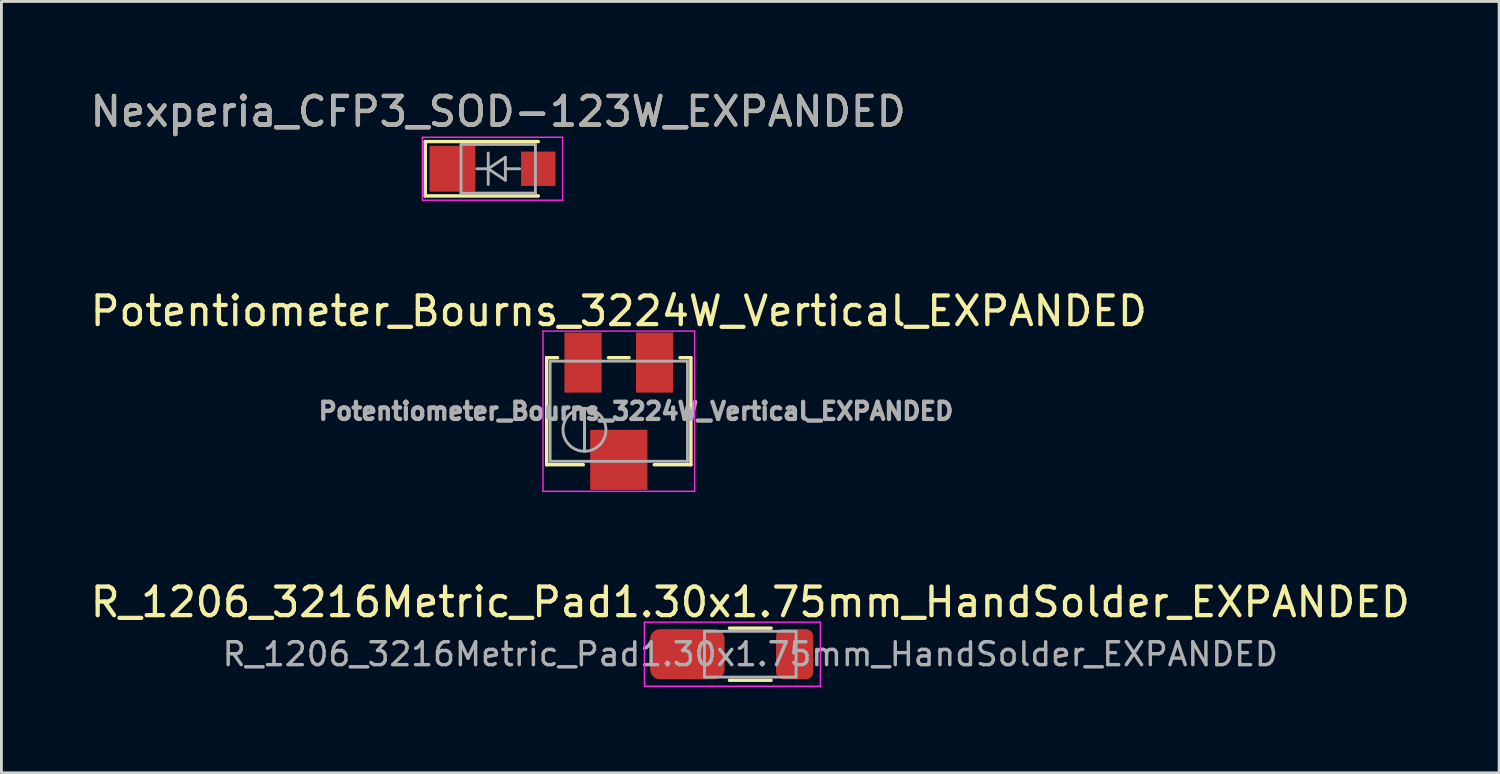
<source format=kicad_pcb>
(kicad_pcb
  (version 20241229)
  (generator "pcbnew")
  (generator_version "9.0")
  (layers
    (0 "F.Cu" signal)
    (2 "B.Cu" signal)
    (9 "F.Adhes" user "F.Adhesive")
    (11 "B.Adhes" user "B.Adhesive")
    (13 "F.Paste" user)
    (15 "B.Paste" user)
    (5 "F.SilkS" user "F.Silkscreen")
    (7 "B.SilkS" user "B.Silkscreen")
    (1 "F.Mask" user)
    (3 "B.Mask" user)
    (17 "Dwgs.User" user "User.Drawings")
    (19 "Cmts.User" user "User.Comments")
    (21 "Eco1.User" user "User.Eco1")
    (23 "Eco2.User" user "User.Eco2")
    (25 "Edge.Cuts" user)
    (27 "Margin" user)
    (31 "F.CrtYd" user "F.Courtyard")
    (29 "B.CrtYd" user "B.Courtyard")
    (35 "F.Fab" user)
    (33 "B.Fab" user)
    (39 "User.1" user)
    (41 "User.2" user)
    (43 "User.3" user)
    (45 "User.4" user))
  (footprint "R_1206_3216Metric_Pad1.30x1.75mm_HandSolder_EXPANDED"
    (layer "F.Cu")
    (at 23.173 19.815)
    (property "Reference" "R_1206_3216Metric_Pad1.30x1.75mm_HandSolder_EXPANDED" (at 0 -1.82 0) (layer "F.SilkS") (effects (font (size 1 1) (thickness 0.15))))
    (attr smd)
    (fp_line (start -0.727 -0.91) (end 0.727 -0.91) (stroke (width 0.12) (type solid)) (layer "F.SilkS"))
    (fp_line (start -0.727 0.91) (end 0.727 0.91) (stroke (width 0.12) (type solid)) (layer "F.SilkS"))
    (fp_line (start -3.7 -1.12) (end 2.45 -1.12) (stroke (width 0.05) (type solid)) (layer "F.CrtYd"))
    (fp_line (start -3.7 1.12) (end -3.7 -1.12) (stroke (width 0.05) (type solid)) (layer "F.CrtYd"))
    (fp_line (start 2.45 -1.12) (end 2.45 1.12) (stroke (width 0.05) (type solid)) (layer "F.CrtYd"))
    (fp_line (start 2.45 1.12) (end -3.7 1.12) (stroke (width 0.05) (type solid)) (layer "F.CrtYd"))
    (fp_line (start -1.6 -0.8) (end 1.6 -0.8) (stroke (width 0.1) (type solid)) (layer "F.Fab"))
    (fp_line (start -1.6 0.8) (end -1.6 -0.8) (stroke (width 0.1) (type solid)) (layer "F.Fab"))
    (fp_line (start 1.6 -0.8) (end 1.6 0.8) (stroke (width 0.1) (type solid)) (layer "F.Fab"))
    (fp_line (start 1.6 0.8) (end -1.6 0.8) (stroke (width 0.1) (type solid)) (layer "F.Fab"))
    (fp_text user "${REFERENCE}" (at 0 0 0) (layer "F.Fab") (effects (font (size 0.8 0.8) (thickness 0.12))))
    (pad "1" smd roundrect (at -2.2 0) (size 2.6 1.75) (layers "F.Cu" "F.Mask" "F.Paste") (roundrect_rratio 0.192))
    (pad "2" smd roundrect (at 1.55 0) (size 1.3 1.75) (layers "F.Cu" "F.Mask" "F.Paste") (roundrect_rratio 0.192)))
  (footprint "Potentiometer_Bourns_3224W_Vertical_EXPANDED"
    (layer "F.Cu")
    (at 18.577 11.322)
    (property "Reference" "Potentiometer_Bourns_3224W_Vertical_EXPANDED" (at 0 -3.5 0) (layer "F.SilkS") (effects (font (size 1 1) (thickness 0.15))))
    (attr smd)
    (fp_line (start -2.52 -1.87) (end -2.52 1.87) (stroke (width 0.12) (type solid)) (layer "F.SilkS"))
    (fp_line (start -2.52 -1.87) (end -2.14 -1.87) (stroke (width 0.12) (type solid)) (layer "F.SilkS"))
    (fp_line (start -2.52 1.87) (end -1.24 1.87) (stroke (width 0.12) (type solid)) (layer "F.SilkS"))
    (fp_line (start -0.36 -1.87) (end 0.36 -1.87) (stroke (width 0.12) (type solid)) (layer "F.SilkS"))
    (fp_line (start 1.24 1.87) (end 2.52 1.87) (stroke (width 0.12) (type solid)) (layer "F.SilkS"))
    (fp_line (start 2.14 -1.87) (end 2.52 -1.87) (stroke (width 0.12) (type solid)) (layer "F.SilkS"))
    (fp_line (start 2.52 -1.87) (end 2.52 1.87) (stroke (width 0.12) (type solid)) (layer "F.SilkS"))
    (fp_line (start -2.65 -2.8) (end -2.65 2.8) (stroke (width 0.05) (type solid)) (layer "F.CrtYd"))
    (fp_line (start -2.65 2.8) (end 2.65 2.8) (stroke (width 0.05) (type solid)) (layer "F.CrtYd"))
    (fp_line (start 2.65 -2.8) (end -2.65 -2.8) (stroke (width 0.05) (type solid)) (layer "F.CrtYd"))
    (fp_line (start 2.65 2.8) (end 2.65 -2.8) (stroke (width 0.05) (type solid)) (layer "F.CrtYd"))
    (fp_line (start -2.4 -1.75) (end -2.4 1.75) (stroke (width 0.1) (type solid)) (layer "F.Fab"))
    (fp_line (start -2.4 1.75) (end 2.4 1.75) (stroke (width 0.1) (type solid)) (layer "F.Fab"))
    (fp_line (start -1.2 1.393) (end -1.199 -0.092) (stroke (width 0.1) (type solid)) (layer "F.Fab"))
    (fp_line (start -1.2 1.393) (end -1.199 -0.092) (stroke (width 0.1) (type solid)) (layer "F.Fab"))
    (fp_line (start 2.4 -1.75) (end -2.4 -1.75) (stroke (width 0.1) (type solid)) (layer "F.Fab"))
    (fp_line (start 2.4 1.75) (end 2.4 -1.75) (stroke (width 0.1) (type solid)) (layer "F.Fab"))
    (fp_circle (center -1.2 0.65) (end -0.45 0.65) (stroke (width 0.1) (type solid)) (fill no) (layer "F.Fab"))
    (fp_text user "${REFERENCE}" (at 0.6 0 0) (layer "F.Fab") (effects (font (size 0.6 0.6) (thickness 0.15))))
    (pad "1" smd rect (at 1.25 -1.7) (size 1.3 2.1) (layers "F.Cu" "F.Mask" "F.Paste"))
    (pad "2" smd rect (at 0 1.7) (size 2 2.1) (layers "F.Cu" "F.Mask" "F.Paste"))
    (pad "3" smd rect (at -1.25 -1.7) (size 1.3 2.1) (layers "F.Cu" "F.Mask" "F.Paste")))
  (footprint "Nexperia_CFP3_SOD-123W_EXPANDED"
    (layer "F.Cu")
    (at 14.363 2.848)
    (property "Reference" "Nexperia_CFP3_SOD-123W_EXPANDED" (at 0 -2 0) (layer "F.SilkS") (effects (font (size 1 1) (thickness 0.15))))
    (attr smd)
    (fp_line (start -2.55 -0.95) (end -2.55 0.95) (stroke (width 0.12) (type solid)) (layer "F.SilkS"))
    (fp_line (start -2.55 -0.95) (end 1.4 -0.95) (stroke (width 0.12) (type solid)) (layer "F.SilkS"))
    (fp_line (start -2.55 0.95) (end 1.4 0.95) (stroke (width 0.12) (type solid)) (layer "F.SilkS"))
    (fp_line (start -2.65 -1.1) (end -2.65 1.1) (stroke (width 0.05) (type solid)) (layer "F.CrtYd"))
    (fp_line (start -2.65 -1.1) (end 2.25 -1.1) (stroke (width 0.05) (type solid)) (layer "F.CrtYd"))
    (fp_line (start 2.25 -1.1) (end 2.25 1.1) (stroke (width 0.05) (type solid)) (layer "F.CrtYd"))
    (fp_line (start 2.25 1.1) (end -2.65 1.1) (stroke (width 0.05) (type solid)) (layer "F.CrtYd"))
    (fp_line (start -1.3 -0.85) (end 1.3 -0.85) (stroke (width 0.1) (type solid)) (layer "F.Fab"))
    (fp_line (start -1.3 0.85) (end -1.3 -0.85) (stroke (width 0.1) (type solid)) (layer "F.Fab"))
    (fp_line (start -0.75 0) (end -0.35 0) (stroke (width 0.1) (type solid)) (layer "F.Fab"))
    (fp_line (start -0.35 -0.55) (end -0.35 0.55) (stroke (width 0.1) (type solid)) (layer "F.Fab"))
    (fp_line (start -0.35 0) (end 0.25 -0.4) (stroke (width 0.1) (type solid)) (layer "F.Fab"))
    (fp_line (start -0.35 0) (end 0.25 0.4) (stroke (width 0.1) (type solid)) (layer "F.Fab"))
    (fp_line (start 0.25 -0.4) (end 0.25 0.4) (stroke (width 0.1) (type solid)) (layer "F.Fab"))
    (fp_line (start 0.75 0) (end 0.25 0) (stroke (width 0.1) (type solid)) (layer "F.Fab"))
    (fp_line (start 1.3 -0.85) (end 1.3 0.85) (stroke (width 0.1) (type solid)) (layer "F.Fab"))
    (fp_line (start 1.3 0.85) (end -1.3 0.85) (stroke (width 0.1) (type solid)) (layer "F.Fab"))
    (fp_text user "${REFERENCE}" (at 0 -2 0) (layer "F.Fab") (effects (font (size 1 1) (thickness 0.15))))
    (pad "1" smd rect (at -1.6 0) (size 1.6 1.6) (layers "F.Cu" "F.Mask" "F.Paste"))
    (pad "2" smd rect (at 1.4 0) (size 1.2 1.2) (layers "F.Cu" "F.Mask" "F.Paste")))
  (gr_rect
    (start -3 -3)
    (end 49.345 23.96)
    (stroke (width 0.1) (type default))
    (fill no)
    (layer "Edge.Cuts")))
</source>
